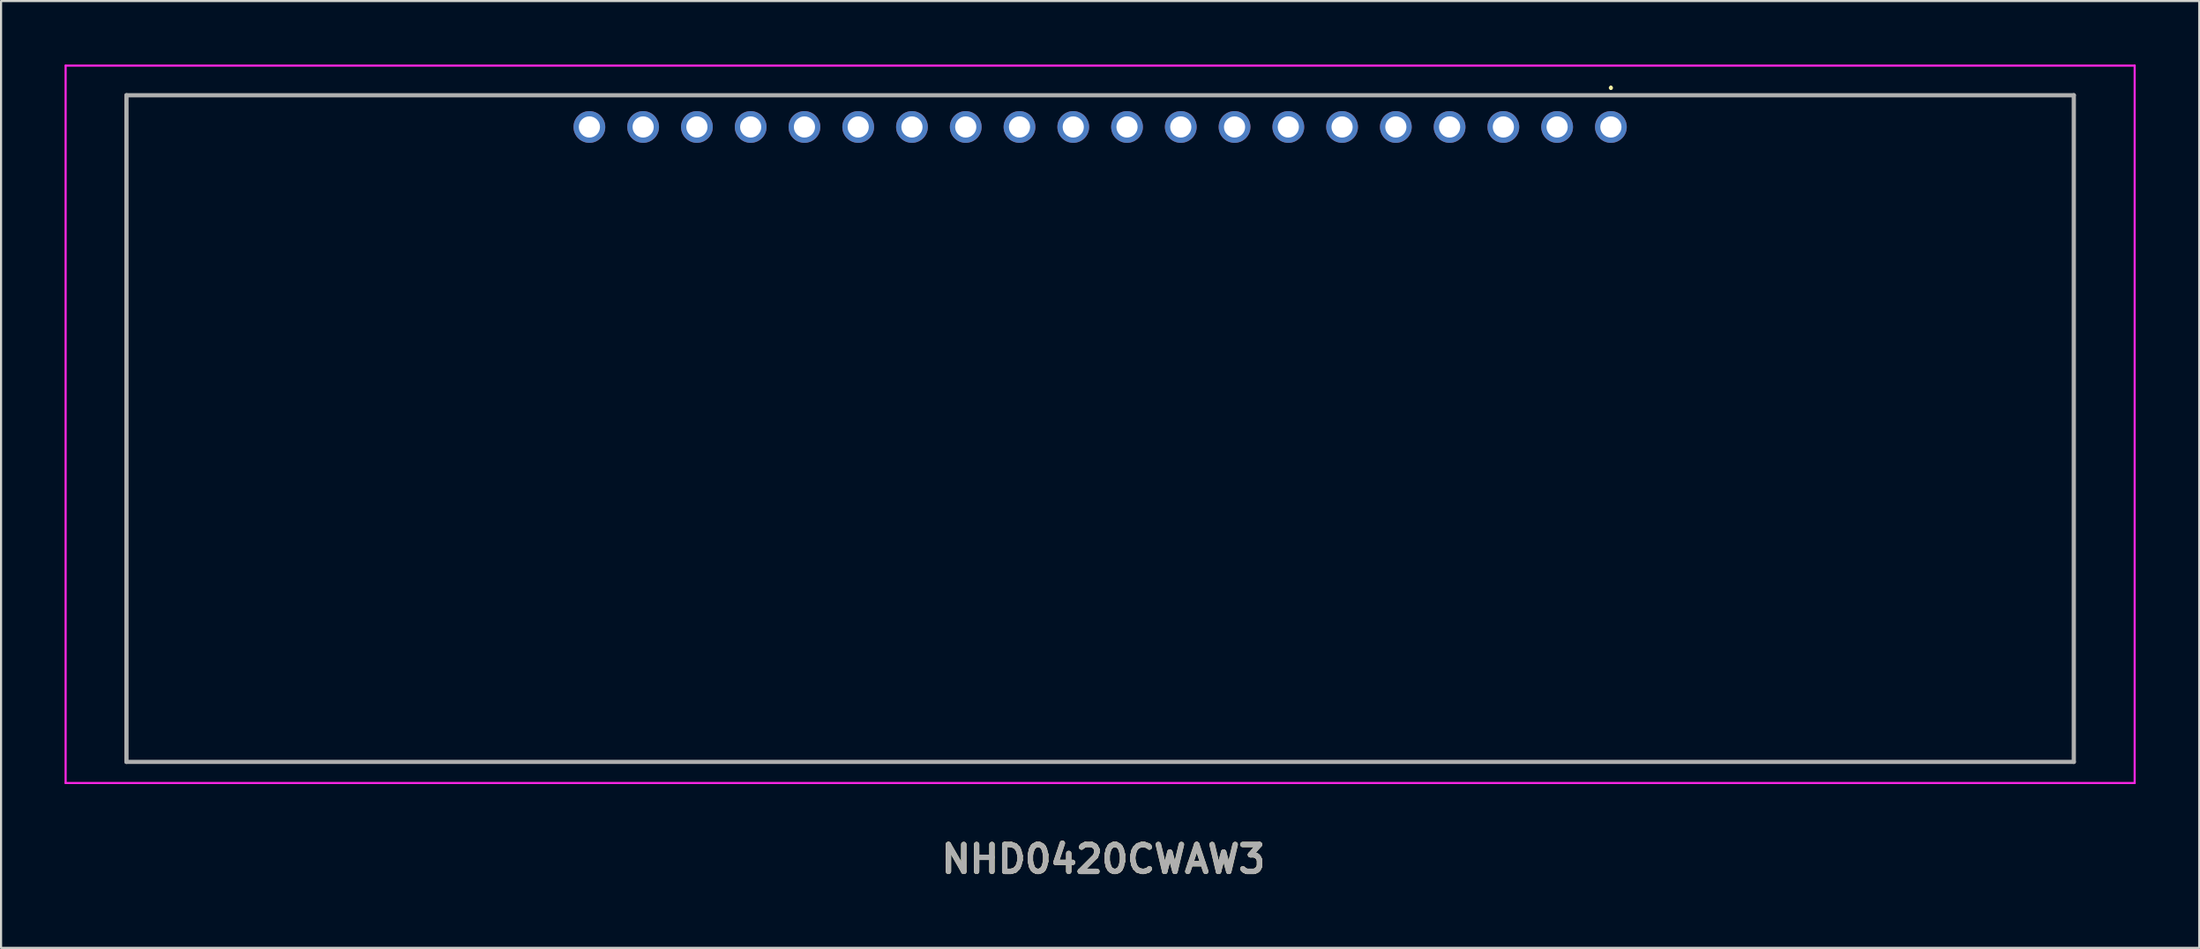
<source format=kicad_pcb>
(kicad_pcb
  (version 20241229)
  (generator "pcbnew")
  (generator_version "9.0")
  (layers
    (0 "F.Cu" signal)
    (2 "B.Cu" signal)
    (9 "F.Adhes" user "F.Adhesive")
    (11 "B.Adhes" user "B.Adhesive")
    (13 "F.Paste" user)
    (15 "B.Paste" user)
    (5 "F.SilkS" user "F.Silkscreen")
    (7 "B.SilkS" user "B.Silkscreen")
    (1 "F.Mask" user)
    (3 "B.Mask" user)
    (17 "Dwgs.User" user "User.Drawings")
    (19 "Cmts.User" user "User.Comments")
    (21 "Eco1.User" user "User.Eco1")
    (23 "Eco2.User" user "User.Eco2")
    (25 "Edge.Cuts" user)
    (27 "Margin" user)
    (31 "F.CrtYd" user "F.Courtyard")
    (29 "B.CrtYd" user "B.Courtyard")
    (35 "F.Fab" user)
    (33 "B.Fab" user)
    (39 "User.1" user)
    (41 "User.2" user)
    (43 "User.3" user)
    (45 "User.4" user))
  (footprint "NHD0420CWAW3"
    (layer "F.Cu")
    (at 48.925 17)
    (property "Reference" "NHD0420CWAW3" (at 0.15 20.55 0) (layer "F.SilkS") (effects (font (size 1.27 1.27) (thickness 0.254))))
    (attr through_hole)
    (fp_line (start -46 -15.55) (end -46 15.95) (stroke (width 0.1) (type solid)) (layer "F.SilkS"))
    (fp_line (start -46 15.95) (end 46 15.95) (stroke (width 0.1) (type solid)) (layer "F.SilkS"))
    (fp_line (start 24.13 -15.95) (end 24.13 -15.95) (stroke (width 0.1) (type solid)) (layer "F.SilkS"))
    (fp_line (start 24.13 -15.85) (end 24.13 -15.85) (stroke (width 0.1) (type solid)) (layer "F.SilkS"))
    (fp_line (start 46 -15.55) (end -46 -15.55) (stroke (width 0.1) (type solid)) (layer "F.SilkS"))
    (fp_line (start 46 15.95) (end 46 -15.55) (stroke (width 0.1) (type solid)) (layer "F.SilkS"))
    (fp_arc (start 24.13 -15.95) (mid 24.18 -15.9) (end 24.13 -15.85) (stroke (width 0.1) (type solid)) (layer "F.SilkS"))
    (fp_arc (start 24.13 -15.85) (mid 24.08 -15.9) (end 24.13 -15.95) (stroke (width 0.1) (type solid)) (layer "F.SilkS"))
    (fp_line (start -48.875 -16.95) (end 48.875 -16.95) (stroke (width 0.1) (type solid)) (layer "F.CrtYd"))
    (fp_line (start -48.875 16.95) (end -48.875 -16.95) (stroke (width 0.1) (type solid)) (layer "F.CrtYd"))
    (fp_line (start 48.875 -16.95) (end 48.875 16.95) (stroke (width 0.1) (type solid)) (layer "F.CrtYd"))
    (fp_line (start 48.875 16.95) (end -48.875 16.95) (stroke (width 0.1) (type solid)) (layer "F.CrtYd"))
    (fp_line (start -46 -15.55) (end 46 -15.55) (stroke (width 0.2) (type solid)) (layer "F.Fab"))
    (fp_line (start -46 15.95) (end -46 -15.55) (stroke (width 0.2) (type solid)) (layer "F.Fab"))
    (fp_line (start 46 -15.55) (end 46 15.95) (stroke (width 0.2) (type solid)) (layer "F.Fab"))
    (fp_line (start 46 15.95) (end -46 15.95) (stroke (width 0.2) (type solid)) (layer "F.Fab"))
    (fp_text user "${REFERENCE}" (at 0.15 20.55 0) (layer "F.Fab") (effects (font (size 1.27 1.27) (thickness 0.254))))
    (pad "1" thru_hole circle (at 24.13 -14.05) (size 1.5 1.5) (drill 1) (layers "*.Cu" "*.Mask"))
    (pad "2" thru_hole circle (at 21.59 -14.05) (size 1.5 1.5) (drill 1) (layers "*.Cu" "*.Mask"))
    (pad "3" thru_hole circle (at 19.05 -14.05) (size 1.5 1.5) (drill 1) (layers "*.Cu" "*.Mask"))
    (pad "4" thru_hole circle (at 16.51 -14.05) (size 1.5 1.5) (drill 1) (layers "*.Cu" "*.Mask"))
    (pad "5" thru_hole circle (at 13.97 -14.05) (size 1.5 1.5) (drill 1) (layers "*.Cu" "*.Mask"))
    (pad "6" thru_hole circle (at 11.43 -14.05) (size 1.5 1.5) (drill 1) (layers "*.Cu" "*.Mask"))
    (pad "7" thru_hole circle (at 8.89 -14.05) (size 1.5 1.5) (drill 1) (layers "*.Cu" "*.Mask"))
    (pad "8" thru_hole circle (at 6.35 -14.05) (size 1.5 1.5) (drill 1) (layers "*.Cu" "*.Mask"))
    (pad "9" thru_hole circle (at 3.81 -14.05) (size 1.5 1.5) (drill 1) (layers "*.Cu" "*.Mask"))
    (pad "10" thru_hole circle (at 1.27 -14.05) (size 1.5 1.5) (drill 1) (layers "*.Cu" "*.Mask"))
    (pad "11" thru_hole circle (at -1.27 -14.05) (size 1.5 1.5) (drill 1) (layers "*.Cu" "*.Mask"))
    (pad "12" thru_hole circle (at -3.81 -14.05) (size 1.5 1.5) (drill 1) (layers "*.Cu" "*.Mask"))
    (pad "13" thru_hole circle (at -6.35 -14.05) (size 1.5 1.5) (drill 1) (layers "*.Cu" "*.Mask"))
    (pad "14" thru_hole circle (at -8.89 -14.05) (size 1.5 1.5) (drill 1) (layers "*.Cu" "*.Mask"))
    (pad "15" thru_hole circle (at -11.43 -14.05) (size 1.5 1.5) (drill 1) (layers "*.Cu" "*.Mask"))
    (pad "16" thru_hole circle (at -13.97 -14.05) (size 1.5 1.5) (drill 1) (layers "*.Cu" "*.Mask"))
    (pad "17" thru_hole circle (at -16.51 -14.05) (size 1.5 1.5) (drill 1) (layers "*.Cu" "*.Mask"))
    (pad "18" thru_hole circle (at -19.05 -14.05) (size 1.5 1.5) (drill 1) (layers "*.Cu" "*.Mask"))
    (pad "19" thru_hole circle (at -21.59 -14.05) (size 1.5 1.5) (drill 1) (layers "*.Cu" "*.Mask"))
    (pad "20" thru_hole circle (at -24.13 -14.05) (size 1.5 1.5) (drill 1) (layers "*.Cu" "*.Mask")))
  (gr_rect
    (start -3 -3)
    (end 100.85 41.739)
    (stroke (width 0.1) (type default))
    (fill no)
    (layer "Edge.Cuts")))
</source>
